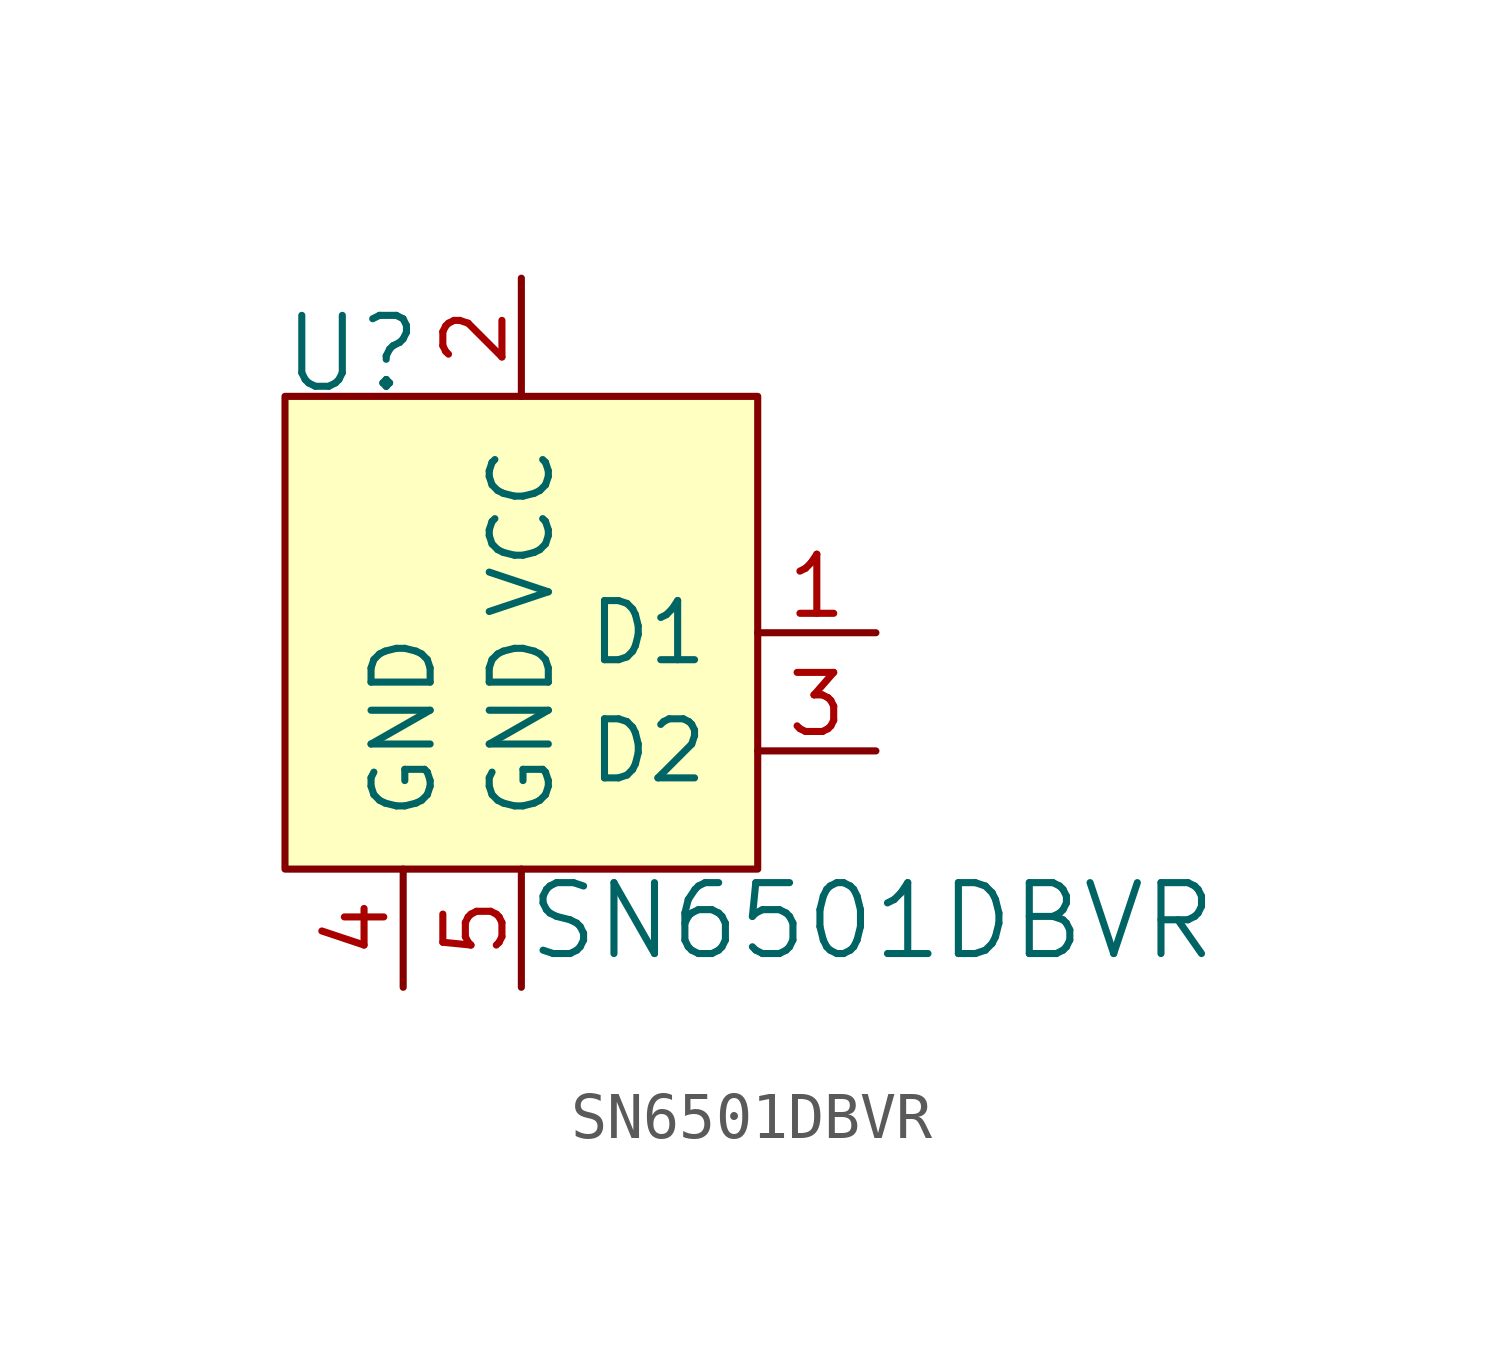
<source format=kicad_sym>
(kicad_symbol_lib
  (version 20220914)
  (generator kicad_symbol_editor)
  (symbol "SN6501DBVR"
    (pin_names
      (offset 1.016))
    (property "Reference" "U"
      (at -5.182 0.914 0)
      (effects (font (size 1.524 1.524)) (justify left)))
    (property "Value" "SN6501DBVR"
      (at 0.076 -11.278 0)
      (effects (font (size 1.524 1.524)) (justify left)))
    (symbol "SN6501DBVR_0_1"
      (rectangle (start -5.08 0) (end 5.08 -10.16) (stroke (width 0) (type solid)) (fill (type background))))
    (symbol "SN6501DBVR_1_1"
      (pin output line (at 7.62 -5.08 180) (length 2.54) (name "D1" (effects (font (size 1.27 1.27)))) (number "1" (effects (font (size 1.27 1.27)))))
      (pin power_in line (at 0 2.54 270) (length 2.54) (name "VCC" (effects (font (size 1.27 1.27)))) (number "2" (effects (font (size 1.27 1.27)))))
      (pin output line (at 7.62 -7.62 180) (length 2.54) (name "D2" (effects (font (size 1.27 1.27)))) (number "3" (effects (font (size 1.27 1.27)))))
      (pin power_in line (at -2.54 -12.7 90) (length 2.54) (name "GND" (effects (font (size 1.27 1.27)))) (number "4" (effects (font (size 1.27 1.27)))))
      (pin power_in line (at 0 -12.7 90) (length 2.54) (name "GND" (effects (font (size 1.27 1.27)))) (number "5" (effects (font (size 1.27 1.27))))))))
</source>
